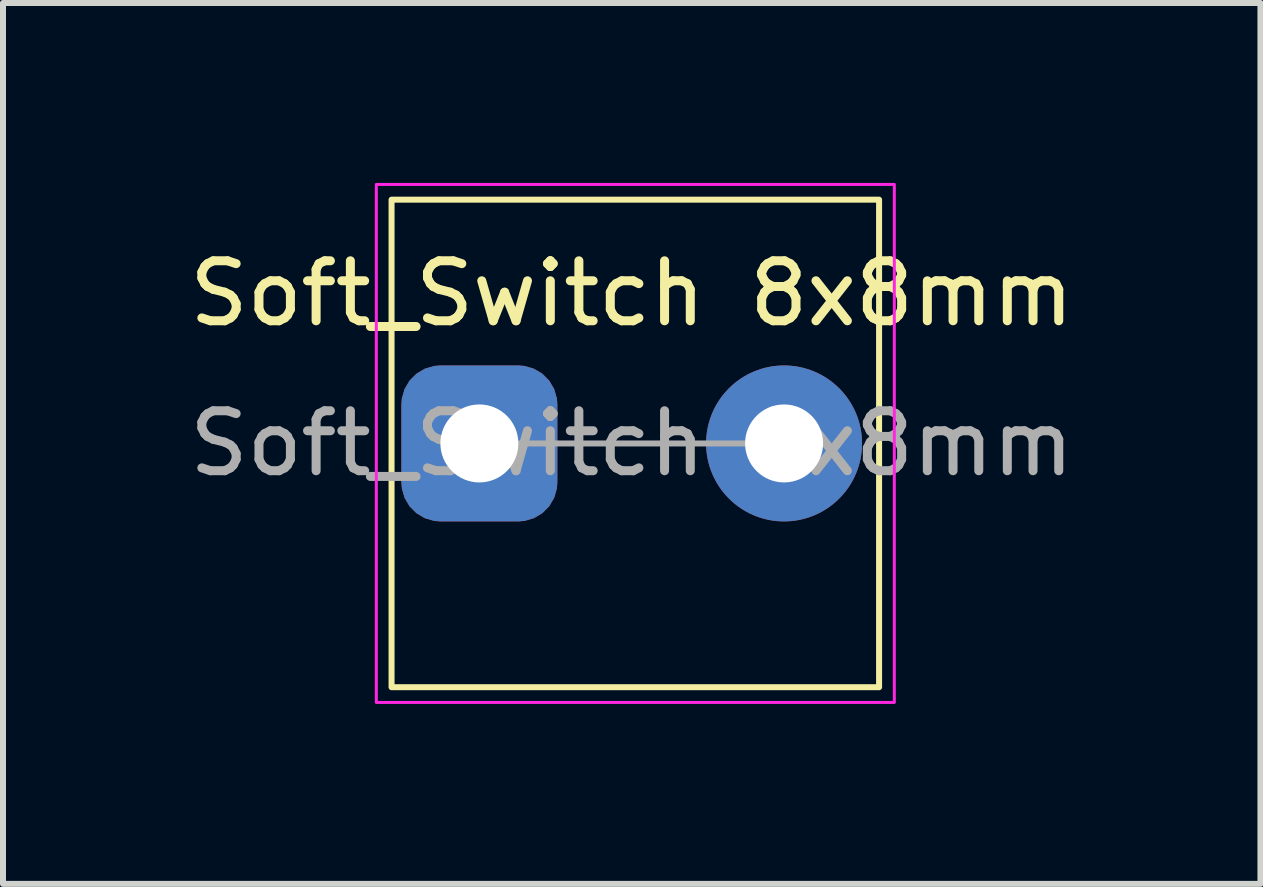
<source format=kicad_pcb>
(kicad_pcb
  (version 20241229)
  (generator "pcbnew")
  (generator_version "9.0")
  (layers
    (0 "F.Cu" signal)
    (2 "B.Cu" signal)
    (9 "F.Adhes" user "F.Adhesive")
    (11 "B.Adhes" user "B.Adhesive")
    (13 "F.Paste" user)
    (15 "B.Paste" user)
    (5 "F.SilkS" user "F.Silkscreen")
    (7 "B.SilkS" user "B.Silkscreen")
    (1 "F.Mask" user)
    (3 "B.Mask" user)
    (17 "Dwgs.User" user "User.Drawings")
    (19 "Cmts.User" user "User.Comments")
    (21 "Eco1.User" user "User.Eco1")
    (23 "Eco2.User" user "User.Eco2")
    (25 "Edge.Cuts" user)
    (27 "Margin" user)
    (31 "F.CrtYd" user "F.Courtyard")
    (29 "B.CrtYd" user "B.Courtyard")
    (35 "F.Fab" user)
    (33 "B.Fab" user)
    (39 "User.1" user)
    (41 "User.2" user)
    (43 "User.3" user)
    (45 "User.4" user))
  (footprint "Soft_Switch 8x8mm"
    (layer "F.Cu")
    (at 7.542 4.343)
    (property "Reference" "Soft_Switch 8x8mm" (at -0.06 -2.5 0) (layer "F.SilkS") (effects (font (size 1 1) (thickness 0.15))))
    (attr exclude_from_pos_files exclude_from_bom)
    (fp_rect (start -4.064 -4.064) (end 4.064 4.064) (stroke (width 0.1) (type default)) (fill no) (layer "F.SilkS"))
    (fp_rect (start -4.318 -4.318) (end 4.318 4.318) (stroke (width 0.05) (type default)) (fill no) (layer "F.CrtYd"))
    (fp_line (start 2.48 0) (end -2.6 0) (stroke (width 0.1) (type solid)) (layer "F.Fab"))
    (fp_text user "${REFERENCE}" (at -0.06 0 0) (layer "F.Fab") (effects (font (size 1 1) (thickness 0.15))))
    (pad "1" thru_hole roundrect (at -2.6 0) (size 2.6 2.6) (drill 1.3) (layers "*.Cu" "*.Mask") (roundrect_rratio 0.25))
    (pad "2" thru_hole circle (at 2.48 0) (size 2.6 2.6) (drill 1.3) (layers "*.Cu" "*.Mask")))
  (gr_rect
    (start -3 -3)
    (end 17.964 11.686)
    (stroke (width 0.1) (type default))
    (fill no)
    (layer "Edge.Cuts")))
</source>
